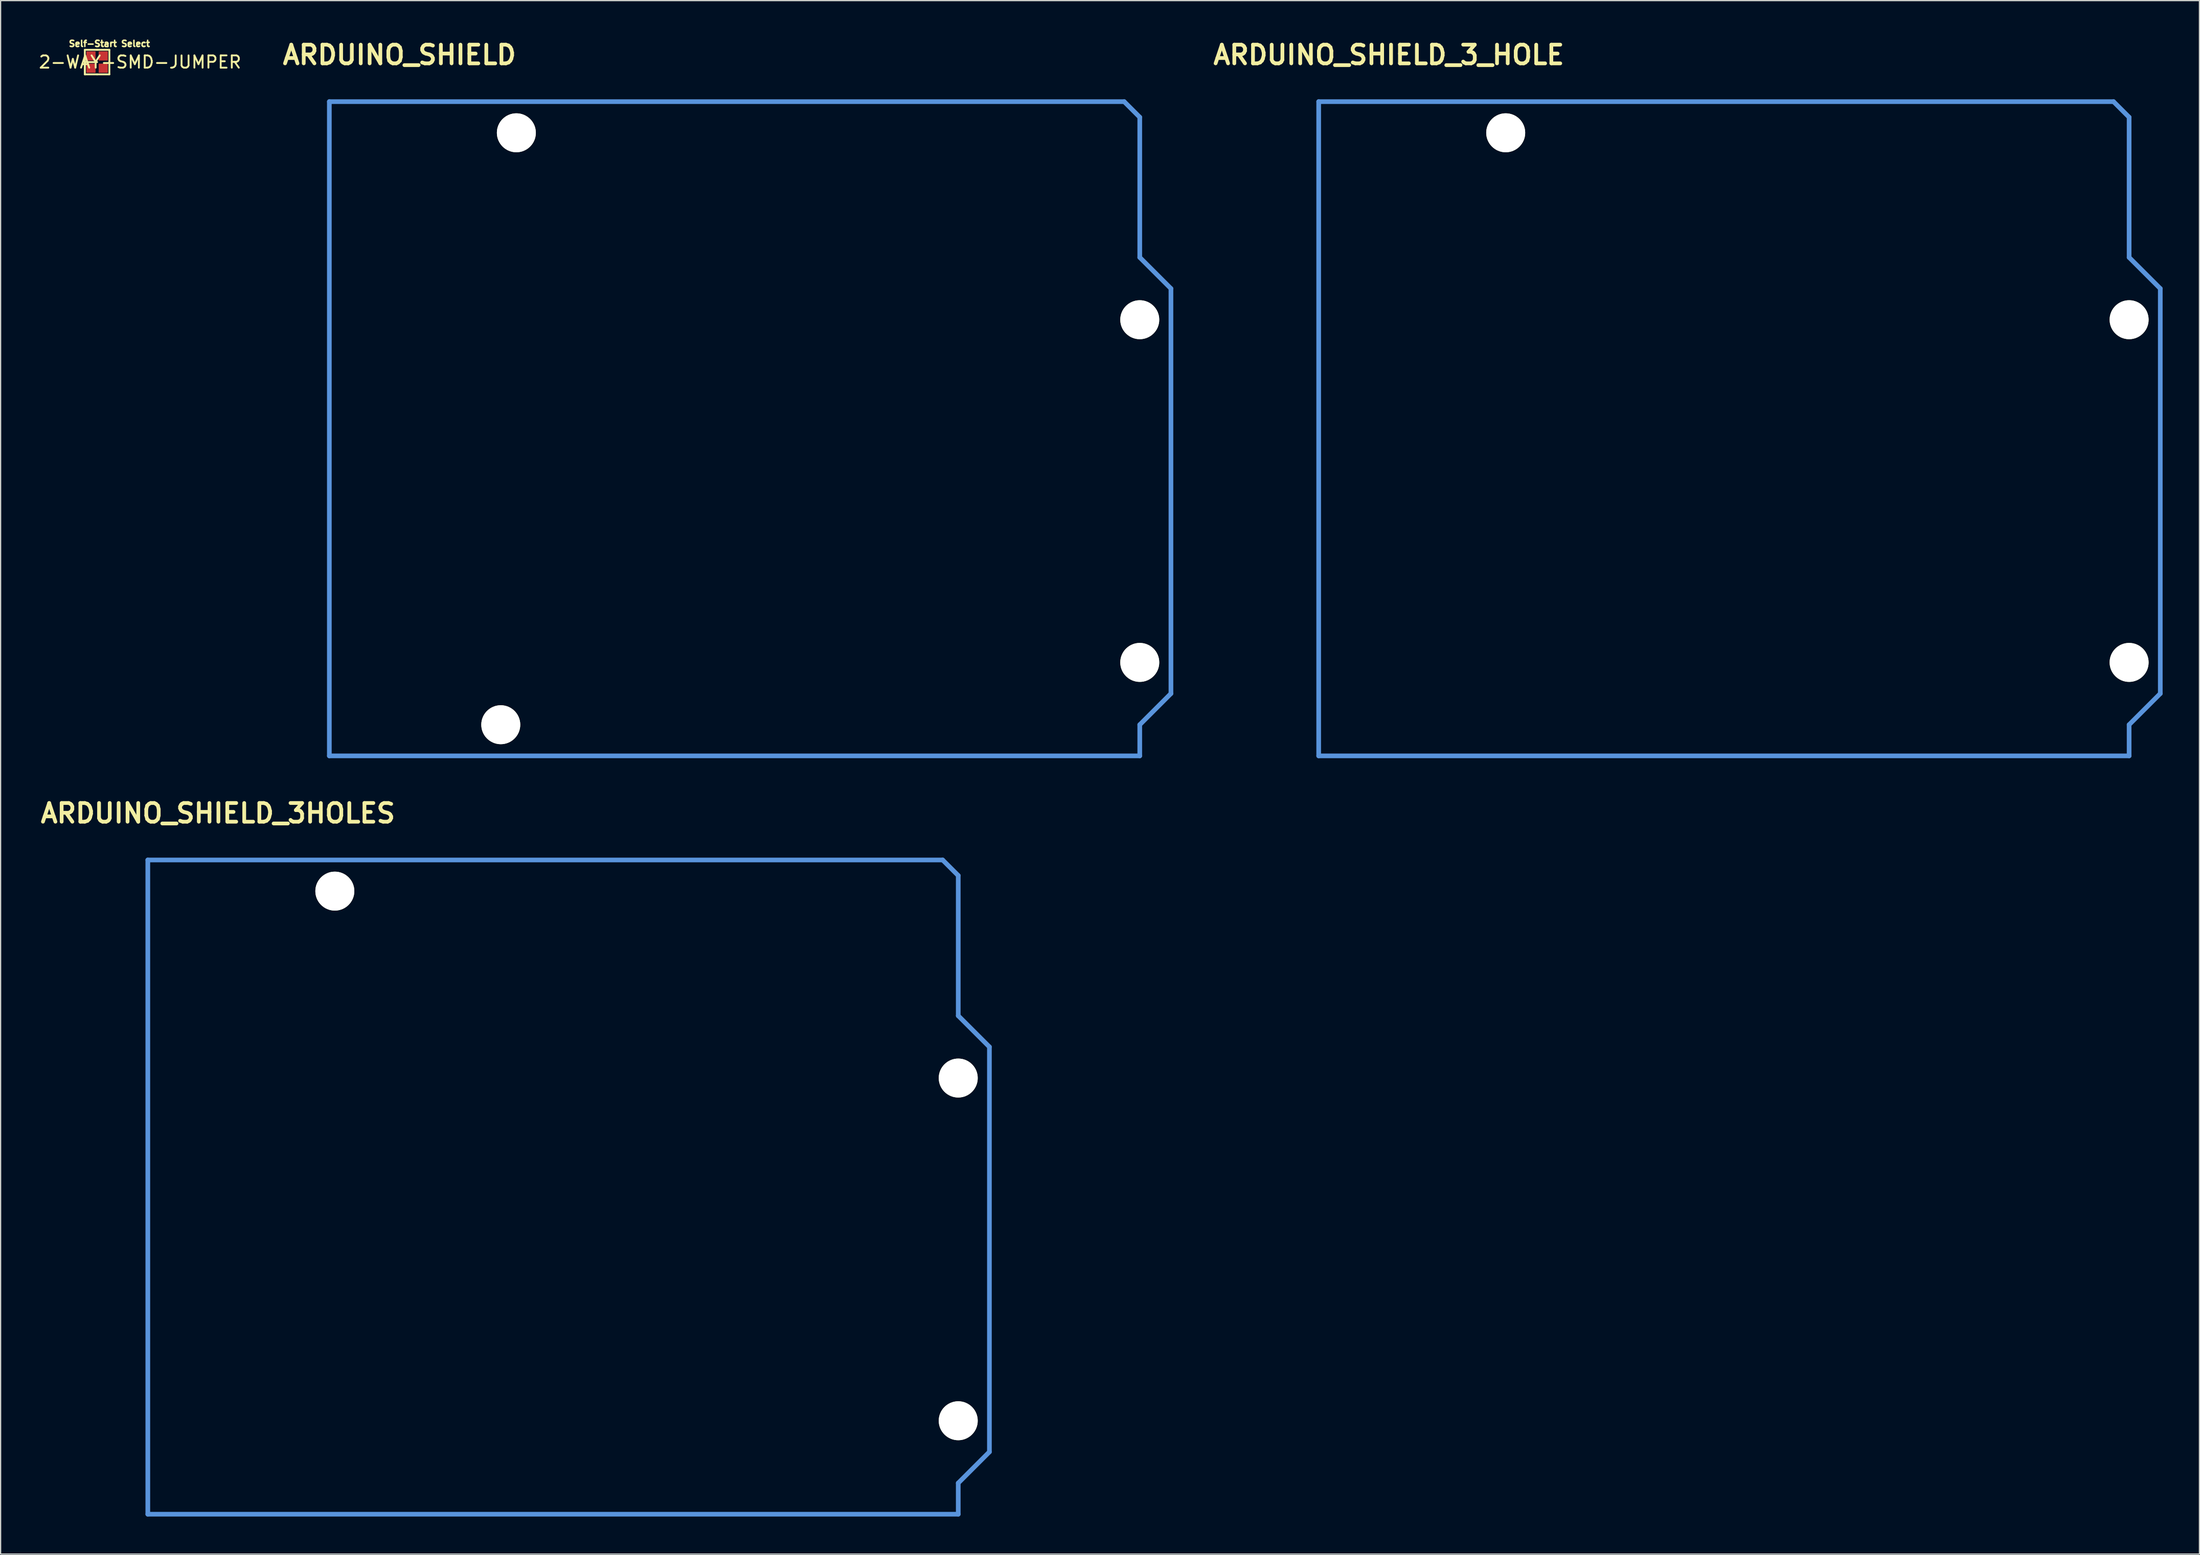
<source format=kicad_pcb>
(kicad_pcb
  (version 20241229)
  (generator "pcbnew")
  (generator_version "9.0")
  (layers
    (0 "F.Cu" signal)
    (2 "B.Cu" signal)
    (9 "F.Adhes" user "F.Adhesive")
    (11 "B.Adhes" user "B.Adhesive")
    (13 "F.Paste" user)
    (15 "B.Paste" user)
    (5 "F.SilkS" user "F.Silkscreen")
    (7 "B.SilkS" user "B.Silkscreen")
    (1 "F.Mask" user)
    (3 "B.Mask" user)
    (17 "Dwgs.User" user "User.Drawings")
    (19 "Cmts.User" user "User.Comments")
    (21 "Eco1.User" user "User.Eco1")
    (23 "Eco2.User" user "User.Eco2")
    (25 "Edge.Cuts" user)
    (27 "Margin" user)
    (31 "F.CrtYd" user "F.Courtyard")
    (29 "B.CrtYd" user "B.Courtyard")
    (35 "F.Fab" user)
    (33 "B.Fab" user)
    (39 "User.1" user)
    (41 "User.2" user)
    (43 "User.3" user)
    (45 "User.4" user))
  (footprint "ARDUINO_SHIELD"
    (layer "F.Cu")
    (at 23.787 58.576)
    (property "Reference" "ARDUINO_SHIELD" (at 5.715 -57.15 0) (layer "F.SilkS") (effects (font (size 1.524 1.524) (thickness 0.305))))
    (attr through_hole)
    (fp_line (start 0 0) (end 0 -53.34) (stroke (width 0.381) (type solid)) (layer "Cmts.User"))
    (fp_line (start 64.77 -53.34) (end 0 -53.34) (stroke (width 0.381) (type solid)) (layer "Cmts.User"))
    (fp_line (start 66.04 -52.07) (end 64.77 -53.34) (stroke (width 0.381) (type solid)) (layer "Cmts.User"))
    (fp_line (start 66.04 -40.64) (end 66.04 -52.07) (stroke (width 0.381) (type solid)) (layer "Cmts.User"))
    (fp_line (start 66.04 -40.64) (end 68.58 -38.1) (stroke (width 0.381) (type solid)) (layer "Cmts.User"))
    (fp_line (start 66.04 -2.54) (end 66.04 0) (stroke (width 0.381) (type solid)) (layer "Cmts.User"))
    (fp_line (start 66.04 0) (end 0 0) (stroke (width 0.381) (type solid)) (layer "Cmts.User"))
    (fp_line (start 68.58 -38.1) (end 68.58 -5.08) (stroke (width 0.381) (type solid)) (layer "Cmts.User"))
    (fp_line (start 68.58 -5.08) (end 66.04 -2.54) (stroke (width 0.381) (type solid)) (layer "Cmts.User"))
    (pad "" np_thru_hole circle (at 13.97 -2.54 90) (size 3.175 3.175) (drill 3.175) (layers "*.Cu" "*.Mask" "F.SilkS"))
    (pad "" np_thru_hole circle (at 15.24 -50.8 90) (size 3.175 3.175) (drill 3.175) (layers "*.Cu" "*.Mask" "F.SilkS"))
    (pad "" np_thru_hole circle (at 66.04 -35.56 90) (size 3.175 3.175) (drill 3.175) (layers "*.Cu" "*.Mask" "F.SilkS"))
    (pad "" np_thru_hole circle (at 66.04 -7.62 90) (size 3.175 3.175) (drill 3.175) (layers "*.Cu" "*.Mask" "F.SilkS")))
  (footprint "ARDUINO_SHIELD_3_HOLE"
    (layer "F.Cu")
    (at 104.407 58.576)
    (property "Reference" "ARDUINO_SHIELD_3_HOLE" (at 5.715 -57.15 0) (layer "F.SilkS") (effects (font (size 1.524 1.524) (thickness 0.305))))
    (attr through_hole)
    (fp_line (start 0 0) (end 0 -53.34) (stroke (width 0.381) (type solid)) (layer "Cmts.User"))
    (fp_line (start 64.77 -53.34) (end 0 -53.34) (stroke (width 0.381) (type solid)) (layer "Cmts.User"))
    (fp_line (start 66.04 -52.07) (end 64.77 -53.34) (stroke (width 0.381) (type solid)) (layer "Cmts.User"))
    (fp_line (start 66.04 -40.64) (end 66.04 -52.07) (stroke (width 0.381) (type solid)) (layer "Cmts.User"))
    (fp_line (start 66.04 -40.64) (end 68.58 -38.1) (stroke (width 0.381) (type solid)) (layer "Cmts.User"))
    (fp_line (start 66.04 -2.54) (end 66.04 0) (stroke (width 0.381) (type solid)) (layer "Cmts.User"))
    (fp_line (start 66.04 0) (end 0 0) (stroke (width 0.381) (type solid)) (layer "Cmts.User"))
    (fp_line (start 68.58 -38.1) (end 68.58 -5.08) (stroke (width 0.381) (type solid)) (layer "Cmts.User"))
    (fp_line (start 68.58 -5.08) (end 66.04 -2.54) (stroke (width 0.381) (type solid)) (layer "Cmts.User"))
    (pad "" np_thru_hole circle (at 15.24 -50.8 90) (size 3.175 3.175) (drill 3.175) (layers "*.Cu" "*.Mask" "F.SilkS"))
    (pad "" np_thru_hole circle (at 66.04 -35.56 90) (size 3.175 3.175) (drill 3.175) (layers "*.Cu" "*.Mask" "F.SilkS"))
    (pad "" np_thru_hole circle (at 66.04 -7.62 90) (size 3.175 3.175) (drill 3.175) (layers "*.Cu" "*.Mask" "F.SilkS")))
  (footprint "2-WAY-SMD-JUMPER"
    (layer "F.Cu")
    (at 4.863 2.012)
    (property "Reference" "2-WAY-SMD-JUMPER" (at 3.5 0 0) (layer "F.SilkS") (effects (font (size 1 1) (thickness 0.15))))
    (attr through_hole)
    (fp_line (start -1 -1) (end 0 -1) (stroke (width 0.15) (type solid)) (layer "F.SilkS"))
    (fp_line (start -1 0) (end -1 -1) (stroke (width 0.15) (type solid)) (layer "F.SilkS"))
    (fp_line (start -1 0) (end -1 1) (stroke (width 0.15) (type solid)) (layer "F.SilkS"))
    (fp_line (start -1 1) (end -1 0) (stroke (width 0.15) (type solid)) (layer "F.SilkS"))
    (fp_line (start -1 1) (end 0 1) (stroke (width 0.15) (type solid)) (layer "F.SilkS"))
    (fp_line (start 0 -1) (end 1 -1) (stroke (width 0.15) (type solid)) (layer "F.SilkS"))
    (fp_line (start 0 0) (end -1 0) (stroke (width 0.15) (type solid)) (layer "F.SilkS"))
    (fp_line (start 1 -1) (end 1 1) (stroke (width 0.15) (type solid)) (layer "F.SilkS"))
    (fp_line (start 1 1) (end 0 1) (stroke (width 0.15) (type solid)) (layer "F.SilkS"))
    (fp_text user "Self-Start Select" (at 1 -1.5 0) (layer "F.SilkS") (effects (font (size 0.5 0.5) (thickness 0.125))))
    (pad "1" smd rect (at -0.5 -0.5) (size 0.75 0.75) (layers "F.Cu" "F.Mask"))
    (pad "2" smd rect (at 0.5 -0.5) (size 0.75 0.75) (layers "F.Cu" "F.Mask"))
    (pad "3" smd rect (at -0.5 0.5) (size 0.75 0.75) (layers "F.Cu" "F.Mask"))
    (pad "4" smd rect (at 0.5 0.5) (size 0.75 0.75) (layers "F.Cu" "F.Mask")))
  (footprint "ARDUINO_SHIELD_3HOLES"
    (layer "F.Cu")
    (at 8.995 120.403)
    (property "Reference" "ARDUINO_SHIELD_3HOLES" (at 5.715 -57.15 0) (layer "F.SilkS") (effects (font (size 1.524 1.524) (thickness 0.305))))
    (attr through_hole)
    (fp_line (start 0 0) (end 0 -53.34) (stroke (width 0.381) (type solid)) (layer "Cmts.User"))
    (fp_line (start 64.77 -53.34) (end 0 -53.34) (stroke (width 0.381) (type solid)) (layer "Cmts.User"))
    (fp_line (start 66.04 -52.07) (end 64.77 -53.34) (stroke (width 0.381) (type solid)) (layer "Cmts.User"))
    (fp_line (start 66.04 -40.64) (end 66.04 -52.07) (stroke (width 0.381) (type solid)) (layer "Cmts.User"))
    (fp_line (start 66.04 -40.64) (end 68.58 -38.1) (stroke (width 0.381) (type solid)) (layer "Cmts.User"))
    (fp_line (start 66.04 -2.54) (end 66.04 0) (stroke (width 0.381) (type solid)) (layer "Cmts.User"))
    (fp_line (start 66.04 0) (end 0 0) (stroke (width 0.381) (type solid)) (layer "Cmts.User"))
    (fp_line (start 68.58 -38.1) (end 68.58 -5.08) (stroke (width 0.381) (type solid)) (layer "Cmts.User"))
    (fp_line (start 68.58 -5.08) (end 66.04 -2.54) (stroke (width 0.381) (type solid)) (layer "Cmts.User"))
    (pad "" np_thru_hole circle (at 15.24 -50.8 90) (size 3.175 3.175) (drill 3.175) (layers "*.Cu" "*.Mask" "F.SilkS"))
    (pad "" np_thru_hole circle (at 66.04 -35.56 90) (size 3.175 3.175) (drill 3.175) (layers "*.Cu" "*.Mask" "F.SilkS"))
    (pad "" np_thru_hole circle (at 66.04 -7.62 90) (size 3.175 3.175) (drill 3.175) (layers "*.Cu" "*.Mask" "F.SilkS")))
  (gr_rect
    (start -3 -3)
    (end 176.178 123.653)
    (stroke (width 0.1) (type default))
    (fill no)
    (layer "Edge.Cuts")))
</source>
